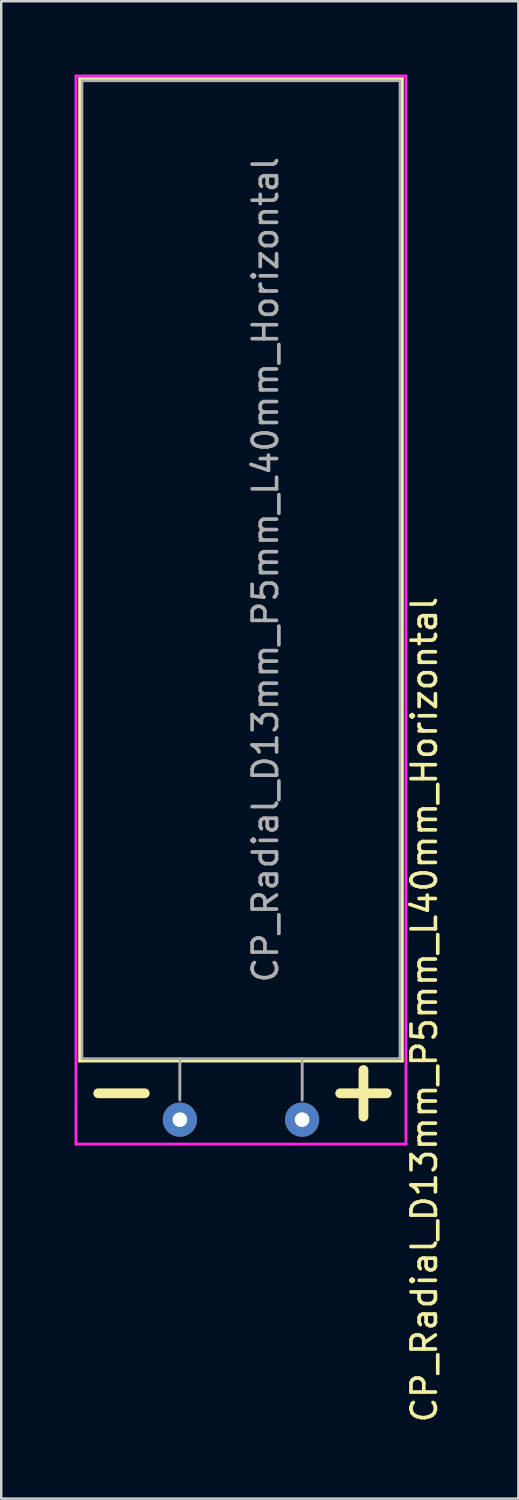
<source format=kicad_pcb>
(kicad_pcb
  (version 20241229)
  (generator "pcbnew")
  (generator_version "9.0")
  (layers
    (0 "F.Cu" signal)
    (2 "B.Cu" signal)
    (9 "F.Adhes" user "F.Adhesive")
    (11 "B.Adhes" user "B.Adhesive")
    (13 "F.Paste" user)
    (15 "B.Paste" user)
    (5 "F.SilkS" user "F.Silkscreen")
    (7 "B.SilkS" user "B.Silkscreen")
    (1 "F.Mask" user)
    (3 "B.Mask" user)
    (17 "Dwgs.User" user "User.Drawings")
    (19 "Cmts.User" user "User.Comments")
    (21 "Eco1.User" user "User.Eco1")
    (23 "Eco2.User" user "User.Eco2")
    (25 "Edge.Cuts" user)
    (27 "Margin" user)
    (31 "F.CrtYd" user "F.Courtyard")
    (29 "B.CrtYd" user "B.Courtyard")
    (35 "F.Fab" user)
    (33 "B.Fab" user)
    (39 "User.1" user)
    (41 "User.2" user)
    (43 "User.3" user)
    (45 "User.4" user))
  (footprint "CP_Radial_D13mm_P5mm_L40mm_Horizontal"
    (layer "F.Cu")
    (at 6.81 42.76)
    (property "Reference" "CP_Radial_D13mm_P5mm_L40mm_Horizontal" (at 7.5 -4.5 90) (unlocked yes) (layer "F.SilkS") (effects (font (size 1 1) (thickness 0.15))))
    (attr through_hole)
    (fp_line (start -6.6 -42.6) (end -6.6 -2.4) (stroke (width 0.12) (type default)) (layer "F.SilkS"))
    (fp_line (start -6.6 -2.4) (end 6.6 -2.4) (stroke (width 0.12) (type default)) (layer "F.SilkS"))
    (fp_line (start -2.5 -0.8) (end -2.5 -2.4) (stroke (width 0.1) (type default)) (layer "F.SilkS"))
    (fp_line (start 2.5 -0.8) (end 2.5 -2.4) (stroke (width 0.1) (type default)) (layer "F.SilkS"))
    (fp_line (start 6.6 -42.6) (end -6.6 -42.6) (stroke (width 0.12) (type default)) (layer "F.SilkS"))
    (fp_line (start 6.6 -2.4) (end 6.6 -42.6) (stroke (width 0.12) (type default)) (layer "F.SilkS"))
    (fp_line (start -6.75 -42.7) (end -6.75 1) (stroke (width 0.12) (type default)) (layer "F.CrtYd"))
    (fp_line (start -6.75 1) (end 6.75 1) (stroke (width 0.12) (type default)) (layer "F.CrtYd"))
    (fp_line (start 6.75 -42.7) (end -6.75 -42.7) (stroke (width 0.12) (type default)) (layer "F.CrtYd"))
    (fp_line (start 6.75 1) (end 6.75 -42.7) (stroke (width 0.12) (type default)) (layer "F.CrtYd"))
    (fp_line (start -6.5 -42.5) (end 6.5 -42.5) (stroke (width 0.1) (type default)) (layer "F.Fab"))
    (fp_line (start -6.5 -2.5) (end -6.5 -42.5) (stroke (width 0.1) (type default)) (layer "F.Fab"))
    (fp_line (start -2.5 -2.5) (end -2.5 -0.8) (stroke (width 0.1) (type default)) (layer "F.Fab"))
    (fp_line (start 2.5 -2.5) (end 2.5 -0.8) (stroke (width 0.1) (type default)) (layer "F.Fab"))
    (fp_line (start 6.5 -42.5) (end 6.5 -2.5) (stroke (width 0.1) (type default)) (layer "F.Fab"))
    (fp_line (start 6.5 -2.5) (end -6.5 -2.5) (stroke (width 0.1) (type default)) (layer "F.Fab"))
    (fp_text user "+" (at 3.2 0.2 0) (unlocked yes) (layer "F.SilkS") (effects (font (size 2.5 2.5) (thickness 0.4)) (justify left bottom)))
    (fp_text user "-" (at -6.7 0.2 0) (unlocked yes) (layer "F.SilkS") (effects (font (size 2.5 2.5) (thickness 0.4)) (justify left bottom)))
    (fp_text user "${REFERENCE}" (at 1 -22.5 90) (unlocked yes) (layer "F.Fab") (effects (font (size 1 1) (thickness 0.15))))
    (pad "1" thru_hole circle (at 2.5 0) (size 1.4 1.4) (drill 0.6) (layers "*.Cu" "*.Mask"))
    (pad "2" thru_hole circle (at -2.5 0) (size 1.4 1.4) (drill 0.6) (layers "*.Cu" "*.Mask")))
  (gr_rect
    (start -3 -3)
    (end 18.158 58.266)
    (stroke (width 0.1) (type default))
    (fill no)
    (layer "Edge.Cuts")))
</source>
